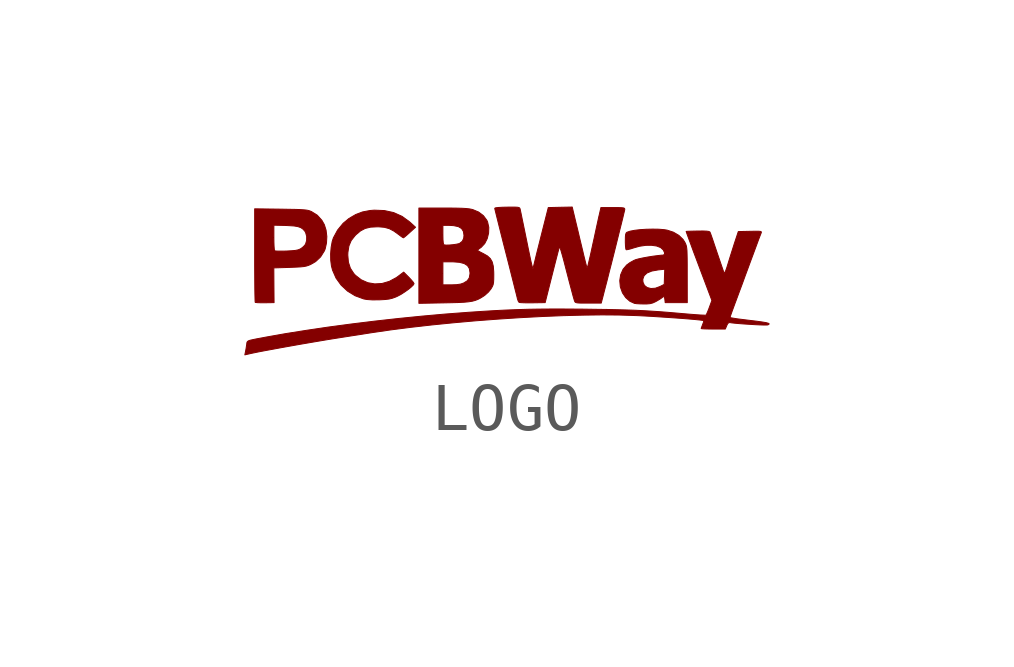
<source format=kicad_sym>
(kicad_symbol_lib
  (version 20220914)
  (generator "bitmap2component")
  (generator_version "8.0")
  (symbol "LOGO"
    (pin_names
      (offset 1.016))
    (property "Reference" "#G"
      (at 0 1.567 0)
      (effects (font (size 1.27 1.27)) hide))
    (symbol "LOGO_0_0"
      (polyline (pts (xy -5.291 -1.612) (xy -5.23 -1.599) (xy -5.123 -1.577) (xy -4.987 -1.551) (xy -4.828 -1.522) (xy -4.65 -1.489) (xy -4.46 -1.455) (xy -4.263 -1.42) (xy -4.065 -1.386) (xy -3.871 -1.353) (xy -3.687 -1.322) (xy -3.519 -1.295) (xy -3.373 -1.272) (xy -3.296 -1.26) (xy -3.175 -1.241) (xy -3.064 -1.224) (xy -2.973 -1.21) (xy -2.912 -1.2) (xy -2.766 -1.177) (xy -2.369 -1.119) (xy -1.948 -1.065) (xy -1.508 -1.015) (xy -1.056 -0.97) (xy -0.596 -0.929) (xy -0.133 -0.894) (xy 0.328 -0.864) (xy 0.78 -0.84) (xy 1.22 -0.822) (xy 1.641 -0.811) (xy 2.038 -0.806) (xy 2.407 -0.809) (xy 2.742 -0.82) (xy 2.779 -0.821) (xy 2.931 -0.829) (xy 3.093 -0.838) (xy 3.259 -0.849) (xy 3.425 -0.86) (xy 3.585 -0.871) (xy 3.735 -0.882) (xy 3.869 -0.893) (xy 3.983 -0.903) (xy 4.072 -0.912) (xy 4.131 -0.92) (xy 4.155 -0.925) (xy 4.156 -0.929) (xy 4.151 -0.959) (xy 4.133 -1.007) (xy 4.128 -1.021) (xy 4.11 -1.067) (xy 4.103 -1.09) (xy 4.104 -1.091) (xy 4.126 -1.095) (xy 4.181 -1.098) (xy 4.259 -1.1) (xy 4.354 -1.101) (xy 4.606 -1.101) (xy 4.636 -1.029) (xy 4.653 -0.993) (xy 4.677 -0.968) (xy 4.71 -0.967) (xy 4.738 -0.972) (xy 4.803 -0.979) (xy 4.891 -0.987) (xy 4.995 -0.995) (xy 5.105 -1.002) (xy 5.215 -1.009) (xy 5.316 -1.014) (xy 5.401 -1.017) (xy 5.462 -1.017) (xy 5.491 -1.015) (xy 5.513 -1.004) (xy 5.52 -0.992) (xy 5.502 -0.98) (xy 5.454 -0.967) (xy 5.376 -0.954) (xy 5.263 -0.938) (xy 5.114 -0.92) (xy 5.079 -0.916) (xy 4.96 -0.901) (xy 4.856 -0.888) (xy 4.776 -0.875) (xy 4.723 -0.866) (xy 4.704 -0.86) (xy 4.706 -0.852) (xy 4.719 -0.812) (xy 4.742 -0.746) (xy 4.774 -0.659) (xy 4.811 -0.558) (xy 4.813 -0.553) (xy 4.855 -0.44) (xy 4.906 -0.302) (xy 4.963 -0.15) (xy 5.019 0.005) (xy 5.073 0.15) (xy 5.125 0.292) (xy 5.194 0.477) (xy 5.252 0.634) (xy 5.298 0.759) (xy 5.333 0.85) (xy 5.355 0.906) (xy 5.358 0.917) (xy 5.354 0.928) (xy 5.335 0.935) (xy 5.294 0.938) (xy 5.225 0.938) (xy 5.123 0.936) (xy 4.877 0.931) (xy 4.794 0.681) (xy 4.763 0.583) (xy 4.723 0.457) (xy 4.685 0.335) (xy 4.654 0.234) (xy 4.636 0.176) (xy 4.612 0.11) (xy 4.593 0.07) (xy 4.582 0.064) (xy 4.581 0.068) (xy 4.567 0.104) (xy 4.544 0.171) (xy 4.513 0.261) (xy 4.476 0.37) (xy 4.435 0.49) (xy 4.423 0.526) (xy 4.383 0.644) (xy 4.348 0.749) (xy 4.319 0.833) (xy 4.298 0.892) (xy 4.287 0.918) (xy 4.283 0.923) (xy 4.26 0.934) (xy 4.215 0.94) (xy 4.141 0.943) (xy 4.033 0.942) (xy 4.032 0.942) (xy 3.939 0.94) (xy 3.863 0.938) (xy 3.81 0.936) (xy 3.79 0.934) (xy 3.79 0.933) (xy 3.798 0.908) (xy 3.819 0.85) (xy 3.851 0.763) (xy 3.892 0.652) (xy 3.94 0.52) (xy 3.996 0.372) (xy 4.056 0.212) (xy 4.326 -0.505) (xy 4.271 -0.654) (xy 4.265 -0.671) (xy 4.238 -0.739) (xy 4.216 -0.789) (xy 4.202 -0.811) (xy 4.196 -0.812) (xy 4.155 -0.811) (xy 4.083 -0.808) (xy 3.986 -0.801) (xy 3.87 -0.792) (xy 3.74 -0.781) (xy 3.603 -0.769) (xy 3.405 -0.752) (xy 3.224 -0.738) (xy 3.054 -0.727) (xy 2.889 -0.717) (xy 2.722 -0.709) (xy 2.547 -0.703) (xy 2.358 -0.698) (xy 2.149 -0.693) (xy 1.911 -0.69) (xy 1.641 -0.686) (xy 1.514 -0.685) (xy 1.224 -0.683) (xy 0.962 -0.683) (xy 0.72 -0.685) (xy 0.491 -0.689) (xy 0.266 -0.696) (xy 0.038 -0.705) (xy -0.202 -0.717) (xy -0.463 -0.733) (xy -0.751 -0.752) (xy -0.775 -0.754) (xy -1.238 -0.789) (xy -1.719 -0.832) (xy -2.209 -0.881) (xy -2.703 -0.936) (xy -3.192 -0.996) (xy -3.67 -1.06) (xy -4.129 -1.128) (xy -4.563 -1.197) (xy -4.964 -1.268) (xy -5.042 -1.283) (xy -5.157 -1.304) (xy -5.24 -1.321) (xy -5.298 -1.334) (xy -5.334 -1.347) (xy -5.354 -1.361) (xy -5.364 -1.377) (xy -5.368 -1.399) (xy -5.371 -1.428) (xy -5.373 -1.439) (xy -5.384 -1.512) (xy -5.396 -1.575) (xy -5.409 -1.639) (xy -5.291 -1.612)) (stroke (width 0.01) (type default)) (fill (type outline)))
      (polyline (pts (xy 3.036 -0.572) (xy 3.094 -0.557) (xy 3.155 -0.529) (xy 3.193 -0.507) (xy 3.249 -0.474) (xy 3.284 -0.449) (xy 3.291 -0.442) (xy 3.322 -0.423) (xy 3.338 -0.436) (xy 3.346 -0.485) (xy 3.353 -0.55) (xy 3.583 -0.55) (xy 3.813 -0.55) (xy 3.812 0.03) (xy 3.812 0.087) (xy 3.812 0.243) (xy 3.811 0.365) (xy 3.809 0.46) (xy 3.807 0.53) (xy 3.802 0.583) (xy 3.796 0.622) (xy 3.787 0.653) (xy 3.776 0.681) (xy 3.761 0.711) (xy 3.725 0.767) (xy 3.637 0.852) (xy 3.524 0.918) (xy 3.392 0.961) (xy 3.328 0.971) (xy 3.217 0.98) (xy 3.091 0.982) (xy 2.959 0.979) (xy 2.831 0.971) (xy 2.715 0.957) (xy 2.621 0.939) (xy 2.557 0.917) (xy 2.556 0.917) (xy 2.539 0.901) (xy 2.528 0.87) (xy 2.523 0.817) (xy 2.522 0.731) (xy 2.522 0.703) (xy 2.525 0.629) (xy 2.531 0.576) (xy 2.539 0.552) (xy 2.542 0.552) (xy 2.574 0.556) (xy 2.632 0.57) (xy 2.704 0.593) (xy 2.819 0.625) (xy 2.948 0.644) (xy 3.068 0.645) (xy 3.174 0.63) (xy 3.257 0.598) (xy 3.311 0.55) (xy 3.313 0.547) (xy 3.339 0.492) (xy 3.337 0.454) (xy 3.308 0.44) (xy 3.276 0.439) (xy 3.196 0.43) (xy 3.096 0.417) (xy 2.989 0.4) (xy 2.886 0.381) (xy 2.799 0.362) (xy 2.74 0.346) (xy 2.702 0.33) (xy 2.62 0.285) (xy 2.55 0.234) (xy 2.475 0.145) (xy 2.425 0.032) (xy 2.41 -0.063) (xy 2.886 -0.063) (xy 2.913 0.011) (xy 2.975 0.068) (xy 3.074 0.108) (xy 3.208 0.132) (xy 3.344 0.146) (xy 3.338 -0.012) (xy 3.333 -0.17) (xy 3.243 -0.215) (xy 3.147 -0.25) (xy 3.056 -0.256) (xy 2.978 -0.236) (xy 2.92 -0.191) (xy 2.89 -0.124) (xy 2.886 -0.063) (xy 2.41 -0.063) (xy 2.406 -0.094) (xy 2.418 -0.223) (xy 2.463 -0.348) (xy 2.53 -0.446) (xy 2.617 -0.522) (xy 2.713 -0.566) (xy 2.716 -0.566) (xy 2.758 -0.572) (xy 2.825 -0.576) (xy 2.904 -0.578) (xy 2.965 -0.578) (xy 3.036 -0.572)) (stroke (width 0.01) (type default)) (fill (type outline)))
      (polyline (pts (xy -4.991 -0.553) (xy -4.8 -0.55) (xy -4.803 -0.188) (xy -4.805 0.174) (xy -4.477 0.184) (xy -4.452 0.185) (xy -4.333 0.19) (xy -4.245 0.195) (xy -4.179 0.202) (xy -4.128 0.212) (xy -4.084 0.226) (xy -4.038 0.245) (xy -3.934 0.305) (xy -3.83 0.403) (xy -3.75 0.53) (xy -3.734 0.571) (xy -3.707 0.693) (xy -3.7 0.828) (xy -3.716 0.961) (xy -3.752 1.075) (xy -3.803 1.165) (xy -3.899 1.272) (xy -4.021 1.348) (xy -4.029 1.351) (xy -4.059 1.363) (xy -4.093 1.373) (xy -4.135 1.38) (xy -4.191 1.385) (xy -4.266 1.39) (xy -4.366 1.393) (xy -4.495 1.395) (xy -4.659 1.398) (xy -5.204 1.405) (xy -5.204 0.806) (xy -4.804 0.806) (xy -4.804 1.064) (xy -4.559 1.058) (xy -4.495 1.055) (xy -4.384 1.048) (xy -4.302 1.034) (xy -4.242 1.013) (xy -4.196 0.981) (xy -4.157 0.937) (xy -4.141 0.908) (xy -4.12 0.83) (xy -4.121 0.744) (xy -4.144 0.669) (xy -4.148 0.662) (xy -4.187 0.617) (xy -4.239 0.577) (xy -4.26 0.565) (xy -4.301 0.549) (xy -4.356 0.538) (xy -4.433 0.531) (xy -4.541 0.525) (xy -4.628 0.523) (xy -4.708 0.523) (xy -4.764 0.526) (xy -4.789 0.531) (xy -4.79 0.533) (xy -4.795 0.563) (xy -4.8 0.624) (xy -4.803 0.707) (xy -4.804 0.806) (xy -5.204 0.806) (xy -5.204 0.436) (xy -5.204 0.421) (xy -5.204 0.228) (xy -5.203 0.049) (xy -5.202 -0.115) (xy -5.201 -0.257) (xy -5.199 -0.375) (xy -5.197 -0.465) (xy -5.195 -0.523) (xy -5.193 -0.545) (xy -5.184 -0.547) (xy -5.142 -0.551) (xy -5.075 -0.553) (xy -4.991 -0.553)) (stroke (width 0.01) (type default)) (fill (type outline)))
      (polyline (pts (xy -1.256 -0.555) (xy -1.109 -0.552) (xy -0.96 -0.548) (xy -0.841 -0.542) (xy -0.746 -0.533) (xy -0.669 -0.521) (xy -0.606 -0.504) (xy -0.549 -0.482) (xy -0.495 -0.454) (xy -0.437 -0.418) (xy -0.403 -0.394) (xy -0.331 -0.329) (xy -0.277 -0.262) (xy -0.277 -0.261) (xy -0.251 -0.217) (xy -0.234 -0.177) (xy -0.225 -0.129) (xy -0.221 -0.064) (xy -0.22 0.031) (xy -0.221 0.091) (xy -0.23 0.209) (xy -0.253 0.299) (xy -0.292 0.367) (xy -0.351 0.422) (xy -0.435 0.47) (xy -0.437 0.471) (xy -0.498 0.502) (xy -0.542 0.527) (xy -0.559 0.54) (xy -0.559 0.542) (xy -0.539 0.562) (xy -0.499 0.591) (xy -0.482 0.603) (xy -0.409 0.681) (xy -0.357 0.783) (xy -0.328 0.899) (xy -0.324 1.018) (xy -0.349 1.131) (xy -0.365 1.167) (xy -0.436 1.262) (xy -0.536 1.338) (xy -0.658 1.389) (xy -0.679 1.394) (xy -0.729 1.404) (xy -0.792 1.411) (xy -0.872 1.416) (xy -0.977 1.419) (xy -1.11 1.421) (xy -1.277 1.421) (xy -1.781 1.421) (xy -1.781 0.862) (xy -1.281 0.862) (xy -1.281 1.061) (xy -1.166 1.061) (xy -1.058 1.055) (xy -0.958 1.034) (xy -0.891 0.994) (xy -0.853 0.933) (xy -0.841 0.851) (xy -0.847 0.791) (xy -0.876 0.729) (xy -0.933 0.684) (xy -0.947 0.679) (xy -1.001 0.667) (xy -1.073 0.657) (xy -1.15 0.65) (xy -1.215 0.649) (xy -1.256 0.654) (xy -1.263 0.66) (xy -1.273 0.694) (xy -1.279 0.76) (xy -1.281 0.862) (xy -1.781 0.862) (xy -1.781 0.428) (xy -1.781 0.06) (xy -1.281 0.06) (xy -1.281 0.3) (xy -1.1 0.3) (xy -1.068 0.3) (xy -0.935 0.29) (xy -0.836 0.264) (xy -0.768 0.221) (xy -0.729 0.159) (xy -0.716 0.076) (xy -0.716 0.05) (xy -0.731 -0.035) (xy -0.773 -0.095) (xy -0.847 -0.141) (xy -0.847 -0.141) (xy -0.913 -0.164) (xy -0.996 -0.176) (xy -1.106 -0.18) (xy -1.281 -0.18) (xy -1.281 0.06) (xy -1.781 0.06) (xy -1.781 -0.565) (xy -1.256 -0.555)) (stroke (width 0.01) (type default)) (fill (type outline)))
      (polyline (pts (xy 2.039 -0.485) (xy 2.05 -0.445) (xy 2.092 -0.28) (xy 2.138 -0.104) (xy 2.184 0.08) (xy 2.232 0.266) (xy 2.279 0.452) (xy 2.324 0.632) (xy 2.366 0.802) (xy 2.405 0.959) (xy 2.44 1.098) (xy 2.469 1.215) (xy 2.49 1.305) (xy 2.505 1.365) (xy 2.51 1.391) (xy 2.509 1.405) (xy 2.501 1.417) (xy 2.479 1.425) (xy 2.436 1.429) (xy 2.366 1.431) (xy 2.263 1.431) (xy 2.013 1.431) (xy 1.979 1.281) (xy 1.971 1.249) (xy 1.953 1.167) (xy 1.929 1.058) (xy 1.901 0.929) (xy 1.871 0.789) (xy 1.839 0.645) (xy 1.816 0.539) (xy 1.789 0.417) (xy 1.765 0.315) (xy 1.746 0.235) (xy 1.732 0.185) (xy 1.726 0.169) (xy 1.724 0.172) (xy 1.714 0.206) (xy 1.697 0.269) (xy 1.676 0.354) (xy 1.651 0.454) (xy 1.638 0.511) (xy 1.606 0.644) (xy 1.57 0.793) (xy 1.534 0.946) (xy 1.5 1.086) (xy 1.415 1.442) (xy 1.166 1.437) (xy 0.916 1.431) (xy 0.759 0.811) (xy 0.738 0.726) (xy 0.701 0.58) (xy 0.668 0.45) (xy 0.641 0.339) (xy 0.62 0.252) (xy 0.606 0.195) (xy 0.601 0.172) (xy 0.6 0.159) (xy 0.595 0.161) (xy 0.586 0.186) (xy 0.572 0.238) (xy 0.553 0.319) (xy 0.529 0.432) (xy 0.498 0.579) (xy 0.461 0.762) (xy 0.451 0.81) (xy 0.421 0.957) (xy 0.393 1.092) (xy 0.369 1.208) (xy 0.35 1.302) (xy 0.336 1.366) (xy 0.33 1.397) (xy 0.329 1.4) (xy 0.323 1.417) (xy 0.31 1.429) (xy 0.284 1.437) (xy 0.238 1.44) (xy 0.166 1.441) (xy 0.059 1.44) (xy -0.034 1.438) (xy -0.124 1.433) (xy -0.181 1.426) (xy -0.2 1.417) (xy -0.197 1.399) (xy -0.184 1.345) (xy -0.163 1.26) (xy -0.135 1.148) (xy -0.101 1.012) (xy -0.062 0.857) (xy -0.019 0.686) (xy 0.028 0.503) (xy 0.067 0.351) (xy 0.112 0.174) (xy 0.153 0.01) (xy 0.19 -0.136) (xy 0.221 -0.261) (xy 0.246 -0.359) (xy 0.263 -0.427) (xy 0.271 -0.46) (xy 0.272 -0.468) (xy 0.289 -0.517) (xy 0.307 -0.544) (xy 0.309 -0.545) (xy 0.342 -0.55) (xy 0.405 -0.553) (xy 0.49 -0.555) (xy 0.59 -0.554) (xy 0.851 -0.55) (xy 0.992 0.01) (xy 1 0.041) (xy 1.036 0.183) (xy 1.069 0.313) (xy 1.098 0.425) (xy 1.121 0.514) (xy 1.137 0.574) (xy 1.144 0.601) (xy 1.148 0.607) (xy 1.154 0.605) (xy 1.163 0.587) (xy 1.176 0.551) (xy 1.193 0.493) (xy 1.217 0.409) (xy 1.247 0.297) (xy 1.284 0.153) (xy 1.331 -0.027) (xy 1.346 -0.086) (xy 1.379 -0.211) (xy 1.409 -0.323) (xy 1.433 -0.414) (xy 1.452 -0.48) (xy 1.462 -0.512) (xy 1.464 -0.518) (xy 1.473 -0.536) (xy 1.489 -0.548) (xy 1.518 -0.555) (xy 1.566 -0.559) (xy 1.642 -0.56) (xy 1.75 -0.56) (xy 2.02 -0.56) (xy 2.039 -0.485)) (stroke (width 0.01) (type default)) (fill (type outline)))
      (polyline (pts (xy -2.612 -0.492) (xy -2.586 -0.491) (xy -2.482 -0.485) (xy -2.401 -0.475) (xy -2.332 -0.458) (xy -2.261 -0.432) (xy -2.228 -0.417) (xy -2.154 -0.378) (xy -2.077 -0.328) (xy -2.003 -0.276) (xy -1.941 -0.225) (xy -1.898 -0.183) (xy -1.882 -0.154) (xy -1.883 -0.152) (xy -1.9 -0.123) (xy -1.939 -0.077) (xy -1.99 -0.022) (xy -2.098 0.086) (xy -2.221 -0.007) (xy -2.252 -0.029) (xy -2.397 -0.107) (xy -2.548 -0.151) (xy -2.7 -0.16) (xy -2.846 -0.135) (xy -2.982 -0.075) (xy -3.103 0.019) (xy -3.138 0.057) (xy -3.209 0.166) (xy -3.25 0.291) (xy -3.263 0.44) (xy -3.261 0.495) (xy -3.24 0.63) (xy -3.192 0.744) (xy -3.112 0.845) (xy -3.093 0.865) (xy -2.998 0.945) (xy -2.901 0.996) (xy -2.789 1.023) (xy -2.652 1.03) (xy -2.619 1.03) (xy -2.501 1.02) (xy -2.399 0.992) (xy -2.302 0.941) (xy -2.194 0.863) (xy -2.166 0.841) (xy -2.125 0.812) (xy -2.104 0.801) (xy -2.101 0.802) (xy -2.074 0.822) (xy -2.029 0.86) (xy -1.972 0.911) (xy -1.851 1.021) (xy -1.957 1.118) (xy -1.973 1.132) (xy -2.132 1.248) (xy -2.308 1.327) (xy -2.501 1.369) (xy -2.711 1.377) (xy -2.799 1.37) (xy -2.956 1.34) (xy -3.098 1.286) (xy -3.24 1.203) (xy -3.36 1.103) (xy -3.475 0.963) (xy -3.563 0.801) (xy -3.588 0.724) (xy -3.61 0.603) (xy -3.621 0.468) (xy -3.619 0.334) (xy -3.604 0.215) (xy -3.581 0.127) (xy -3.508 -0.039) (xy -3.402 -0.186) (xy -3.269 -0.31) (xy -3.111 -0.407) (xy -2.932 -0.473) (xy -2.865 -0.485) (xy -2.752 -0.493) (xy -2.612 -0.492)) (stroke (width 0.01) (type default)) (fill (type outline))))))
</source>
